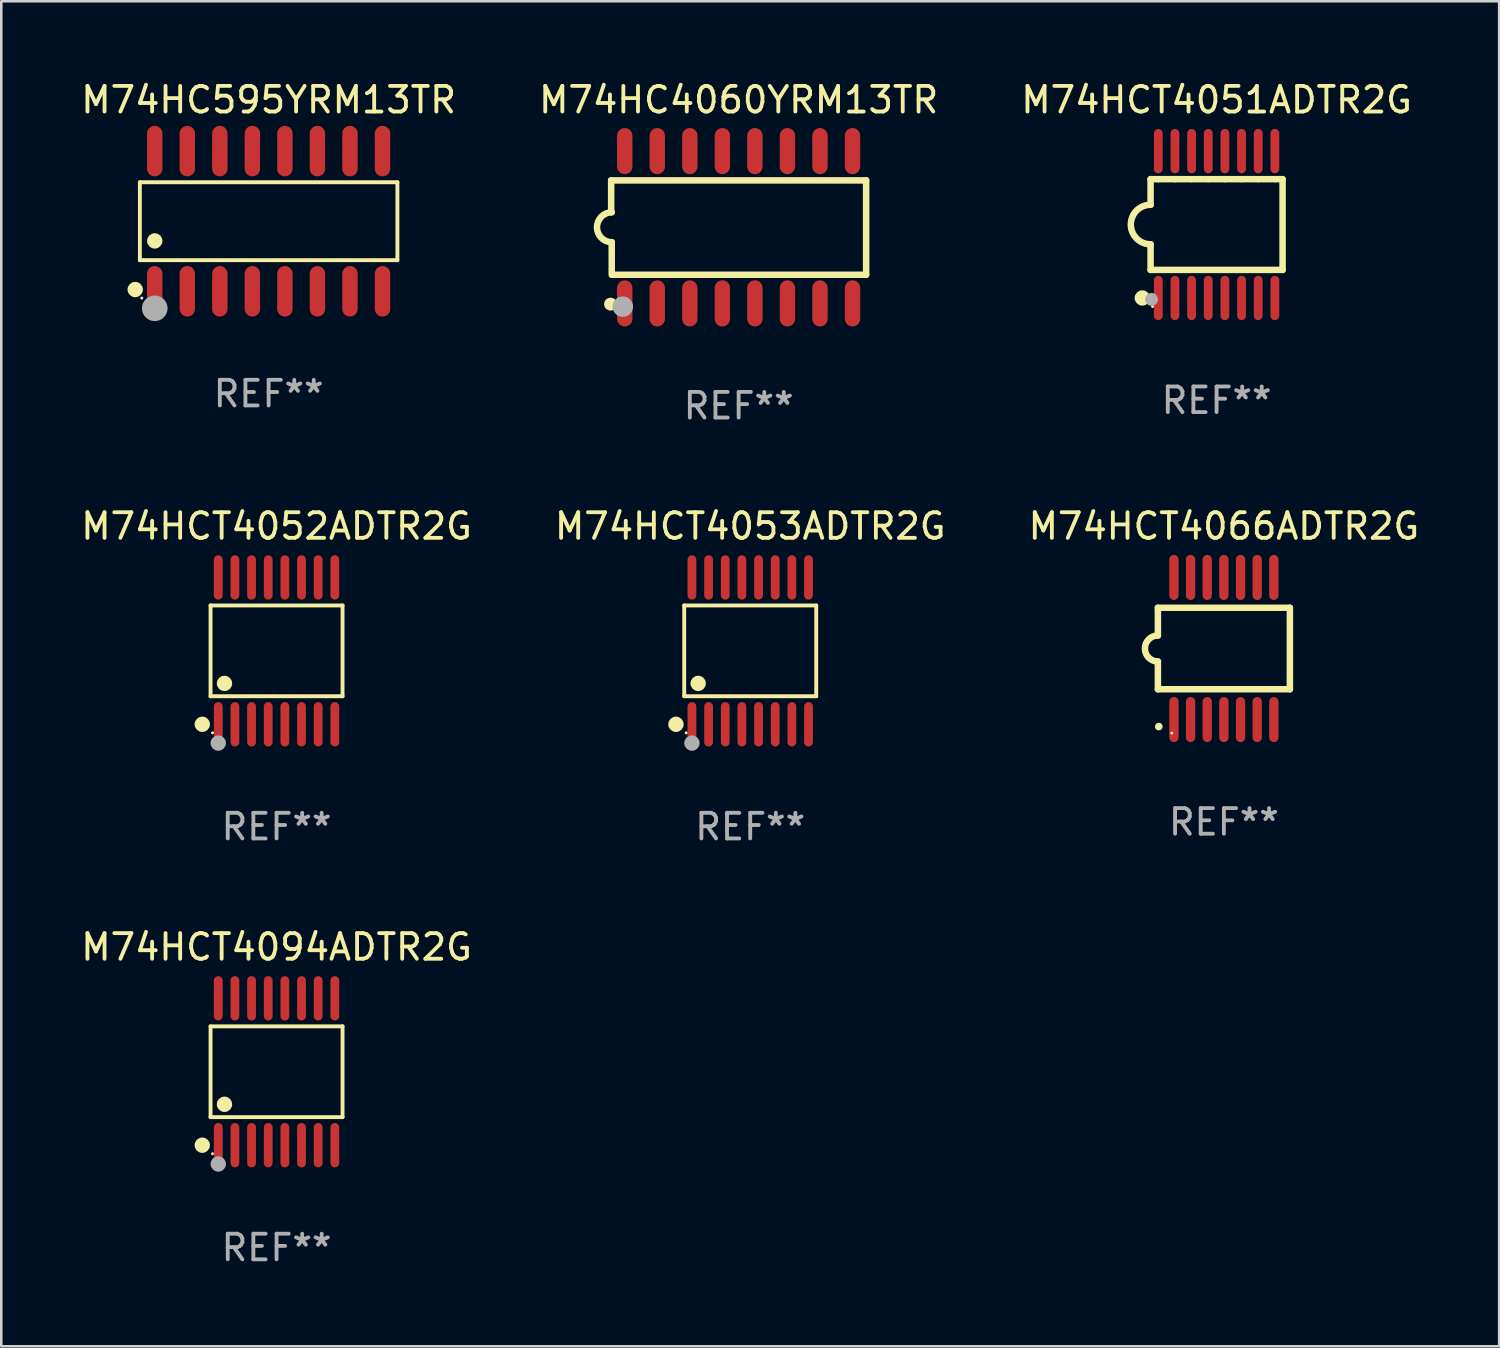
<source format=kicad_pcb>
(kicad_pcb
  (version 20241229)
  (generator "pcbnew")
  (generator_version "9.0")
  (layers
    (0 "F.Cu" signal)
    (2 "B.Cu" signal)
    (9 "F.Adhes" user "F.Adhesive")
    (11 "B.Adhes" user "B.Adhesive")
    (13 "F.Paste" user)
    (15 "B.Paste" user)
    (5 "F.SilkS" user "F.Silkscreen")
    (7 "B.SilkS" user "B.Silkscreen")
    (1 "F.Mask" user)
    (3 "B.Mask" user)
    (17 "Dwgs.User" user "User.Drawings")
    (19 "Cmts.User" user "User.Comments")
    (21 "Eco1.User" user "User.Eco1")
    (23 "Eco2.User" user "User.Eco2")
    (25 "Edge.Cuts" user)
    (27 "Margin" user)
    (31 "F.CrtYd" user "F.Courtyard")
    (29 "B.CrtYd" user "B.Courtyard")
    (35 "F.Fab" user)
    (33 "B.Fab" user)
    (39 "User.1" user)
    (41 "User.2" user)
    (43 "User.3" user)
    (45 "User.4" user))
  (footprint "M74HCT4094ADTR2G"
    (layer "F.Cu")
    (at 7.744 38.782)
    (property "Reference" "M74HCT4094ADTR2G" (at 0 -4.866 0) (layer "F.SilkS") (effects (font (size 1 1) (thickness 0.15))))
    (attr through_hole)
    (fp_line (start -2.576 -1.772) (end 2.576 -1.772) (stroke (width 0.152) (type solid)) (layer "F.SilkS"))
    (fp_line (start -2.576 1.771) (end -2.576 -1.772) (stroke (width 0.152) (type solid)) (layer "F.SilkS"))
    (fp_line (start 2.576 -1.772) (end 2.576 1.771) (stroke (width 0.152) (type solid)) (layer "F.SilkS"))
    (fp_line (start 2.576 1.771) (end -2.576 1.771) (stroke (width 0.152) (type solid)) (layer "F.SilkS"))
    (fp_circle (center -2.899 2.866) (end -2.749 2.866) (stroke (width 0.3) (type solid)) (fill no) (layer "F.SilkS"))
    (fp_circle (center -2.5 3.2) (end -2.47 3.2) (stroke (width 0.06) (type solid)) (fill no) (layer "F.SilkS"))
    (fp_circle (center -2.032 1.27) (end -1.882 1.27) (stroke (width 0.3) (type solid)) (fill no) (layer "F.SilkS"))
    (fp_circle (center -2.275 3.6) (end -2.125 3.6) (stroke (width 0.3) (type solid)) (fill no) (layer "F.Fab"))
    (fp_text user "REF**" (at 0 6.866 0) (layer "F.Fab") (effects (font (size 1 1) (thickness 0.15))))
    (pad "1" smd oval (at -2.275 2.866) (size 0.343 1.731) (layers "F.Cu" "F.Mask" "F.Paste"))
    (pad "2" smd oval (at -1.625 2.866) (size 0.343 1.731) (layers "F.Cu" "F.Mask" "F.Paste"))
    (pad "3" smd oval (at -0.975 2.866) (size 0.343 1.731) (layers "F.Cu" "F.Mask" "F.Paste"))
    (pad "4" smd oval (at -0.325 2.866) (size 0.343 1.731) (layers "F.Cu" "F.Mask" "F.Paste"))
    (pad "5" smd oval (at 0.325 2.866) (size 0.343 1.731) (layers "F.Cu" "F.Mask" "F.Paste"))
    (pad "6" smd oval (at 0.975 2.866) (size 0.343 1.731) (layers "F.Cu" "F.Mask" "F.Paste"))
    (pad "7" smd oval (at 1.625 2.866) (size 0.343 1.731) (layers "F.Cu" "F.Mask" "F.Paste"))
    (pad "8" smd oval (at 2.275 2.866) (size 0.343 1.731) (layers "F.Cu" "F.Mask" "F.Paste"))
    (pad "9" smd oval (at 2.275 -2.866) (size 0.343 1.731) (layers "F.Cu" "F.Mask" "F.Paste"))
    (pad "10" smd oval (at 1.625 -2.866) (size 0.343 1.731) (layers "F.Cu" "F.Mask" "F.Paste"))
    (pad "11" smd oval (at 0.975 -2.866) (size 0.343 1.731) (layers "F.Cu" "F.Mask" "F.Paste"))
    (pad "12" smd oval (at 0.325 -2.866) (size 0.343 1.731) (layers "F.Cu" "F.Mask" "F.Paste"))
    (pad "13" smd oval (at -0.325 -2.866) (size 0.343 1.731) (layers "F.Cu" "F.Mask" "F.Paste"))
    (pad "14" smd oval (at -0.975 -2.866) (size 0.343 1.731) (layers "F.Cu" "F.Mask" "F.Paste"))
    (pad "15" smd oval (at -1.625 -2.866) (size 0.343 1.731) (layers "F.Cu" "F.Mask" "F.Paste"))
    (pad "16" smd oval (at -2.275 -2.866) (size 0.343 1.731) (layers "F.Cu" "F.Mask" "F.Paste")))
  (footprint "M74HCT4053ADTR2G"
    (layer "F.Cu")
    (at 26.232 22.354)
    (property "Reference" "M74HCT4053ADTR2G" (at 0 -4.866 0) (layer "F.SilkS") (effects (font (size 1 1) (thickness 0.15))))
    (attr through_hole)
    (fp_line (start -2.576 -1.772) (end 2.576 -1.772) (stroke (width 0.152) (type solid)) (layer "F.SilkS"))
    (fp_line (start -2.576 1.771) (end -2.576 -1.772) (stroke (width 0.152) (type solid)) (layer "F.SilkS"))
    (fp_line (start 2.576 -1.772) (end 2.576 1.771) (stroke (width 0.152) (type solid)) (layer "F.SilkS"))
    (fp_line (start 2.576 1.771) (end -2.576 1.771) (stroke (width 0.152) (type solid)) (layer "F.SilkS"))
    (fp_circle (center -2.899 2.866) (end -2.749 2.866) (stroke (width 0.3) (type solid)) (fill no) (layer "F.SilkS"))
    (fp_circle (center -2.5 3.2) (end -2.47 3.2) (stroke (width 0.06) (type solid)) (fill no) (layer "F.SilkS"))
    (fp_circle (center -2.032 1.27) (end -1.882 1.27) (stroke (width 0.3) (type solid)) (fill no) (layer "F.SilkS"))
    (fp_circle (center -2.275 3.6) (end -2.125 3.6) (stroke (width 0.3) (type solid)) (fill no) (layer "F.Fab"))
    (fp_text user "REF**" (at 0 6.866 0) (layer "F.Fab") (effects (font (size 1 1) (thickness 0.15))))
    (pad "1" smd oval (at -2.275 2.866) (size 0.343 1.731) (layers "F.Cu" "F.Mask" "F.Paste"))
    (pad "2" smd oval (at -1.625 2.866) (size 0.343 1.731) (layers "F.Cu" "F.Mask" "F.Paste"))
    (pad "3" smd oval (at -0.975 2.866) (size 0.343 1.731) (layers "F.Cu" "F.Mask" "F.Paste"))
    (pad "4" smd oval (at -0.325 2.866) (size 0.343 1.731) (layers "F.Cu" "F.Mask" "F.Paste"))
    (pad "5" smd oval (at 0.325 2.866) (size 0.343 1.731) (layers "F.Cu" "F.Mask" "F.Paste"))
    (pad "6" smd oval (at 0.975 2.866) (size 0.343 1.731) (layers "F.Cu" "F.Mask" "F.Paste"))
    (pad "7" smd oval (at 1.625 2.866) (size 0.343 1.731) (layers "F.Cu" "F.Mask" "F.Paste"))
    (pad "8" smd oval (at 2.275 2.866) (size 0.343 1.731) (layers "F.Cu" "F.Mask" "F.Paste"))
    (pad "9" smd oval (at 2.275 -2.866) (size 0.343 1.731) (layers "F.Cu" "F.Mask" "F.Paste"))
    (pad "10" smd oval (at 1.625 -2.866) (size 0.343 1.731) (layers "F.Cu" "F.Mask" "F.Paste"))
    (pad "11" smd oval (at 0.975 -2.866) (size 0.343 1.731) (layers "F.Cu" "F.Mask" "F.Paste"))
    (pad "12" smd oval (at 0.325 -2.866) (size 0.343 1.731) (layers "F.Cu" "F.Mask" "F.Paste"))
    (pad "13" smd oval (at -0.325 -2.866) (size 0.343 1.731) (layers "F.Cu" "F.Mask" "F.Paste"))
    (pad "14" smd oval (at -0.975 -2.866) (size 0.343 1.731) (layers "F.Cu" "F.Mask" "F.Paste"))
    (pad "15" smd oval (at -1.625 -2.866) (size 0.343 1.731) (layers "F.Cu" "F.Mask" "F.Paste"))
    (pad "16" smd oval (at -2.275 -2.866) (size 0.343 1.731) (layers "F.Cu" "F.Mask" "F.Paste")))
  (footprint "M74HCT4066ADTR2G"
    (layer "F.Cu")
    (at 44.72 22.262)
    (property "Reference" "M74HCT4066ADTR2G" (at 0 -4.774 0) (layer "F.SilkS") (effects (font (size 1 1) (thickness 0.15))))
    (attr through_hole)
    (fp_line (start -2.576 -1.59) (end -2.576 -0.508) (stroke (width 0.254) (type solid)) (layer "F.SilkS"))
    (fp_line (start -2.576 -1.59) (end 2.576 -1.59) (stroke (width 0.254) (type solid)) (layer "F.SilkS"))
    (fp_line (start -2.576 1.59) (end -2.576 0.508) (stroke (width 0.254) (type solid)) (layer "F.SilkS"))
    (fp_line (start 2.576 -1.59) (end 2.576 1.59) (stroke (width 0.254) (type solid)) (layer "F.SilkS"))
    (fp_line (start 2.576 1.59) (end -2.576 1.59) (stroke (width 0.254) (type solid)) (layer "F.SilkS"))
    (fp_arc (start -2.576099 0.506706) (mid -3.081511 0) (end -2.576098 -0.506706) (stroke (width 0.254001) (type solid)) (layer "F.SilkS"))
    (fp_circle (center -2.54 3.048) (end -2.465 3.048) (stroke (width 0.15) (type solid)) (fill no) (layer "F.SilkS"))
    (fp_circle (center -2.032 3.302) (end -2.002 3.302) (stroke (width 0.06) (type solid)) (fill no) (layer "F.SilkS"))
    (fp_text user "REF**" (at 0 6.774 0) (layer "F.Fab") (effects (font (size 1 1) (thickness 0.15))))
    (pad "1" smd oval (at -1.95 2.774) (size 0.364 1.758) (layers "F.Cu" "F.Mask" "F.Paste"))
    (pad "2" smd oval (at -1.3 2.774) (size 0.364 1.758) (layers "F.Cu" "F.Mask" "F.Paste"))
    (pad "3" smd oval (at -0.65 2.774) (size 0.364 1.758) (layers "F.Cu" "F.Mask" "F.Paste"))
    (pad "4" smd oval (at 0 2.774) (size 0.364 1.758) (layers "F.Cu" "F.Mask" "F.Paste"))
    (pad "5" smd oval (at 0.65 2.774) (size 0.364 1.758) (layers "F.Cu" "F.Mask" "F.Paste"))
    (pad "6" smd oval (at 1.3 2.774) (size 0.364 1.758) (layers "F.Cu" "F.Mask" "F.Paste"))
    (pad "7" smd oval (at 1.95 2.774) (size 0.364 1.758) (layers "F.Cu" "F.Mask" "F.Paste"))
    (pad "8" smd oval (at 1.95 -2.774) (size 0.364 1.758) (layers "F.Cu" "F.Mask" "F.Paste"))
    (pad "9" smd oval (at 1.3 -2.774) (size 0.364 1.758) (layers "F.Cu" "F.Mask" "F.Paste"))
    (pad "10" smd oval (at 0.65 -2.774) (size 0.364 1.758) (layers "F.Cu" "F.Mask" "F.Paste"))
    (pad "11" smd oval (at 0 -2.774) (size 0.364 1.758) (layers "F.Cu" "F.Mask" "F.Paste"))
    (pad "12" smd oval (at -0.65 -2.774) (size 0.364 1.758) (layers "F.Cu" "F.Mask" "F.Paste"))
    (pad "13" smd oval (at -1.3 -2.774) (size 0.364 1.758) (layers "F.Cu" "F.Mask" "F.Paste"))
    (pad "14" smd oval (at -1.95 -2.774) (size 0.364 1.758) (layers "F.Cu" "F.Mask" "F.Paste")))
  (footprint "M74HCT4052ADTR2G"
    (layer "F.Cu")
    (at 7.744 22.354)
    (property "Reference" "M74HCT4052ADTR2G" (at 0 -4.866 0) (layer "F.SilkS") (effects (font (size 1 1) (thickness 0.15))))
    (attr through_hole)
    (fp_line (start -2.576 -1.772) (end 2.576 -1.772) (stroke (width 0.152) (type solid)) (layer "F.SilkS"))
    (fp_line (start -2.576 1.771) (end -2.576 -1.772) (stroke (width 0.152) (type solid)) (layer "F.SilkS"))
    (fp_line (start 2.576 -1.772) (end 2.576 1.771) (stroke (width 0.152) (type solid)) (layer "F.SilkS"))
    (fp_line (start 2.576 1.771) (end -2.576 1.771) (stroke (width 0.152) (type solid)) (layer "F.SilkS"))
    (fp_circle (center -2.899 2.866) (end -2.749 2.866) (stroke (width 0.3) (type solid)) (fill no) (layer "F.SilkS"))
    (fp_circle (center -2.5 3.2) (end -2.47 3.2) (stroke (width 0.06) (type solid)) (fill no) (layer "F.SilkS"))
    (fp_circle (center -2.032 1.27) (end -1.882 1.27) (stroke (width 0.3) (type solid)) (fill no) (layer "F.SilkS"))
    (fp_circle (center -2.275 3.6) (end -2.125 3.6) (stroke (width 0.3) (type solid)) (fill no) (layer "F.Fab"))
    (fp_text user "REF**" (at 0 6.866 0) (layer "F.Fab") (effects (font (size 1 1) (thickness 0.15))))
    (pad "1" smd oval (at -2.275 2.866) (size 0.343 1.731) (layers "F.Cu" "F.Mask" "F.Paste"))
    (pad "2" smd oval (at -1.625 2.866) (size 0.343 1.731) (layers "F.Cu" "F.Mask" "F.Paste"))
    (pad "3" smd oval (at -0.975 2.866) (size 0.343 1.731) (layers "F.Cu" "F.Mask" "F.Paste"))
    (pad "4" smd oval (at -0.325 2.866) (size 0.343 1.731) (layers "F.Cu" "F.Mask" "F.Paste"))
    (pad "5" smd oval (at 0.325 2.866) (size 0.343 1.731) (layers "F.Cu" "F.Mask" "F.Paste"))
    (pad "6" smd oval (at 0.975 2.866) (size 0.343 1.731) (layers "F.Cu" "F.Mask" "F.Paste"))
    (pad "7" smd oval (at 1.625 2.866) (size 0.343 1.731) (layers "F.Cu" "F.Mask" "F.Paste"))
    (pad "8" smd oval (at 2.275 2.866) (size 0.343 1.731) (layers "F.Cu" "F.Mask" "F.Paste"))
    (pad "9" smd oval (at 2.275 -2.866) (size 0.343 1.731) (layers "F.Cu" "F.Mask" "F.Paste"))
    (pad "10" smd oval (at 1.625 -2.866) (size 0.343 1.731) (layers "F.Cu" "F.Mask" "F.Paste"))
    (pad "11" smd oval (at 0.975 -2.866) (size 0.343 1.731) (layers "F.Cu" "F.Mask" "F.Paste"))
    (pad "12" smd oval (at 0.325 -2.866) (size 0.343 1.731) (layers "F.Cu" "F.Mask" "F.Paste"))
    (pad "13" smd oval (at -0.325 -2.866) (size 0.343 1.731) (layers "F.Cu" "F.Mask" "F.Paste"))
    (pad "14" smd oval (at -0.975 -2.866) (size 0.343 1.731) (layers "F.Cu" "F.Mask" "F.Paste"))
    (pad "15" smd oval (at -1.625 -2.866) (size 0.343 1.731) (layers "F.Cu" "F.Mask" "F.Paste"))
    (pad "16" smd oval (at -2.275 -2.866) (size 0.343 1.731) (layers "F.Cu" "F.Mask" "F.Paste")))
  (footprint "M74HCT4051ADTR2G"
    (layer "F.Cu")
    (at 44.435 5.714)
    (property "Reference" "M74HCT4051ADTR2G" (at 0 -4.866 0) (layer "F.SilkS") (effects (font (size 1 1) (thickness 0.15))))
    (attr through_hole)
    (fp_line (start -2.576 -1.771) (end -2.576 -0.771) (stroke (width 0.254) (type solid)) (layer "F.SilkS"))
    (fp_line (start -2.576 -1.771) (end -2.289 -1.771) (stroke (width 0.254) (type solid)) (layer "F.SilkS"))
    (fp_line (start -2.576 1.771) (end -2.576 0.771) (stroke (width 0.254) (type solid)) (layer "F.SilkS"))
    (fp_line (start -2.261 -1.771) (end -1.639 -1.771) (stroke (width 0.254) (type solid)) (layer "F.SilkS"))
    (fp_line (start -1.612 -1.771) (end -0.989 -1.771) (stroke (width 0.254) (type solid)) (layer "F.SilkS"))
    (fp_line (start -0.962 -1.771) (end -0.338 -1.771) (stroke (width 0.254) (type solid)) (layer "F.SilkS"))
    (fp_line (start -0.311 -1.771) (end 0.312 -1.771) (stroke (width 0.254) (type solid)) (layer "F.SilkS"))
    (fp_line (start 0.339 -1.771) (end 0.962 -1.771) (stroke (width 0.254) (type solid)) (layer "F.SilkS"))
    (fp_line (start 0.989 -1.771) (end 1.612 -1.771) (stroke (width 0.254) (type solid)) (layer "F.SilkS"))
    (fp_line (start 1.639 -1.771) (end 2.261 -1.771) (stroke (width 0.254) (type solid)) (layer "F.SilkS"))
    (fp_line (start 2.289 -1.771) (end 2.576 -1.771) (stroke (width 0.254) (type solid)) (layer "F.SilkS"))
    (fp_line (start 2.576 -1.771) (end 2.576 1.771) (stroke (width 0.254) (type solid)) (layer "F.SilkS"))
    (fp_line (start 2.576 1.771) (end -2.576 1.771) (stroke (width 0.254) (type solid)) (layer "F.SilkS"))
    (fp_arc (start -2.576226 0.7714) (mid -3.346889 -0.000648) (end -2.575311 -0.771781) (stroke (width 0.254001) (type solid)) (layer "F.SilkS"))
    (fp_circle (center -2.899 2.866) (end -2.749 2.866) (stroke (width 0.3) (type solid)) (fill no) (layer "F.SilkS"))
    (fp_circle (center -2.5 3.2) (end -2.47 3.2) (stroke (width 0.06) (type solid)) (fill no) (layer "F.SilkS"))
    (fp_circle (center -2.54 2.921) (end -2.413 2.921) (stroke (width 0.254) (type solid)) (fill no) (layer "F.Fab"))
    (fp_text user "REF**" (at 0 6.866 0) (layer "F.Fab") (effects (font (size 1 1) (thickness 0.15))))
    (pad "1" smd oval (at -2.275 2.866) (size 0.343 1.731) (layers "F.Cu" "F.Mask" "F.Paste"))
    (pad "2" smd oval (at -1.625 2.866) (size 0.343 1.731) (layers "F.Cu" "F.Mask" "F.Paste"))
    (pad "3" smd oval (at -0.975 2.866) (size 0.343 1.731) (layers "F.Cu" "F.Mask" "F.Paste"))
    (pad "4" smd oval (at -0.325 2.866) (size 0.343 1.731) (layers "F.Cu" "F.Mask" "F.Paste"))
    (pad "5" smd oval (at 0.325 2.866) (size 0.343 1.731) (layers "F.Cu" "F.Mask" "F.Paste"))
    (pad "6" smd oval (at 0.975 2.866) (size 0.343 1.731) (layers "F.Cu" "F.Mask" "F.Paste"))
    (pad "7" smd oval (at 1.625 2.866) (size 0.343 1.731) (layers "F.Cu" "F.Mask" "F.Paste"))
    (pad "8" smd oval (at 2.275 2.866) (size 0.343 1.731) (layers "F.Cu" "F.Mask" "F.Paste"))
    (pad "9" smd oval (at 2.275 -2.866) (size 0.343 1.731) (layers "F.Cu" "F.Mask" "F.Paste"))
    (pad "10" smd oval (at 1.625 -2.866) (size 0.343 1.731) (layers "F.Cu" "F.Mask" "F.Paste"))
    (pad "11" smd oval (at 0.975 -2.866) (size 0.343 1.731) (layers "F.Cu" "F.Mask" "F.Paste"))
    (pad "12" smd oval (at 0.325 -2.866) (size 0.343 1.731) (layers "F.Cu" "F.Mask" "F.Paste"))
    (pad "13" smd oval (at -0.325 -2.866) (size 0.343 1.731) (layers "F.Cu" "F.Mask" "F.Paste"))
    (pad "14" smd oval (at -0.975 -2.866) (size 0.343 1.731) (layers "F.Cu" "F.Mask" "F.Paste"))
    (pad "15" smd oval (at -1.625 -2.866) (size 0.343 1.731) (layers "F.Cu" "F.Mask" "F.Paste"))
    (pad "16" smd oval (at -2.275 -2.866) (size 0.343 1.731) (layers "F.Cu" "F.Mask" "F.Paste")))
  (footprint "M74HC4060YRM13TR"
    (layer "F.Cu")
    (at 25.78 5.82)
    (property "Reference" "M74HC4060YRM13TR" (at 0 -4.972 0) (layer "F.SilkS") (effects (font (size 1 1) (thickness 0.15))))
    (attr through_hole)
    (fp_line (start -4.976 -1.829) (end -4.976 -0.584) (stroke (width 0.254) (type solid)) (layer "F.SilkS"))
    (fp_line (start -4.953 0.584) (end -4.953 1.854) (stroke (width 0.254) (type solid)) (layer "F.SilkS"))
    (fp_line (start -4.928 1.854) (end 4.976 1.854) (stroke (width 0.254) (type solid)) (layer "F.SilkS"))
    (fp_line (start 4.976 -1.829) (end -4.976 -1.829) (stroke (width 0.254) (type solid)) (layer "F.SilkS"))
    (fp_line (start 4.976 1.854) (end 4.976 -1.829) (stroke (width 0.254) (type solid)) (layer "F.SilkS"))
    (fp_arc (start -4.95301 0.584201) (mid -5.533866 -0.00152) (end -4.950088 -0.584329) (stroke (width 0.254001) (type solid)) (layer "F.SilkS"))
    (fp_circle (center -5 3) (end -4.873 3) (stroke (width 0.254) (type solid)) (fill no) (layer "F.SilkS"))
    (fp_circle (center -4.521 3.099) (end -4.321 3.099) (stroke (width 0.4) (type solid)) (fill no) (layer "F.Fab"))
    (fp_text user "REF**" (at 0 6.972 0) (layer "F.Fab") (effects (font (size 1 1) (thickness 0.15))))
    (pad "1" smd oval (at -4.445 2.972 180) (size 0.6 1.8) (layers "F.Cu" "F.Mask" "F.Paste"))
    (pad "2" smd oval (at -3.175 2.972 180) (size 0.6 1.8) (layers "F.Cu" "F.Mask" "F.Paste"))
    (pad "3" smd oval (at -1.905 2.972 180) (size 0.6 1.8) (layers "F.Cu" "F.Mask" "F.Paste"))
    (pad "4" smd oval (at -0.635 2.972 180) (size 0.6 1.8) (layers "F.Cu" "F.Mask" "F.Paste"))
    (pad "5" smd oval (at 0.635 2.972 180) (size 0.6 1.8) (layers "F.Cu" "F.Mask" "F.Paste"))
    (pad "6" smd oval (at 1.905 2.972 180) (size 0.6 1.8) (layers "F.Cu" "F.Mask" "F.Paste"))
    (pad "7" smd oval (at 3.175 2.972 180) (size 0.6 1.8) (layers "F.Cu" "F.Mask" "F.Paste"))
    (pad "8" smd oval (at 4.445 2.972 180) (size 0.6 1.8) (layers "F.Cu" "F.Mask" "F.Paste"))
    (pad "9" smd oval (at 4.445 -2.972 180) (size 0.6 1.8) (layers "F.Cu" "F.Mask" "F.Paste"))
    (pad "10" smd oval (at 3.175 -2.972 180) (size 0.6 1.8) (layers "F.Cu" "F.Mask" "F.Paste"))
    (pad "11" smd oval (at 1.905 -2.972 180) (size 0.6 1.8) (layers "F.Cu" "F.Mask" "F.Paste"))
    (pad "12" smd oval (at 0.635 -2.972 180) (size 0.6 1.8) (layers "F.Cu" "F.Mask" "F.Paste"))
    (pad "13" smd oval (at -0.635 -2.972 180) (size 0.6 1.8) (layers "F.Cu" "F.Mask" "F.Paste"))
    (pad "14" smd oval (at -1.905 -2.972 180) (size 0.6 1.8) (layers "F.Cu" "F.Mask" "F.Paste"))
    (pad "15" smd oval (at -3.175 -2.972 180) (size 0.6 1.8) (layers "F.Cu" "F.Mask" "F.Paste"))
    (pad "16" smd oval (at -4.445 -2.972 180) (size 0.6 1.8) (layers "F.Cu" "F.Mask" "F.Paste")))
  (footprint "M74HC595YRM13TR"
    (layer "F.Cu")
    (at 7.435 5.584)
    (property "Reference" "M74HC595YRM13TR" (at 0 -4.736 0) (layer "F.SilkS") (effects (font (size 1 1) (thickness 0.15))))
    (attr through_hole)
    (fp_line (start -5.026 -1.521) (end 5.026 -1.521) (stroke (width 0.152) (type solid)) (layer "F.SilkS"))
    (fp_line (start -5.026 1.521) (end -5.026 -1.521) (stroke (width 0.152) (type solid)) (layer "F.SilkS"))
    (fp_line (start 5.026 -1.521) (end 5.026 1.521) (stroke (width 0.152) (type solid)) (layer "F.SilkS"))
    (fp_line (start 5.026 1.521) (end -5.026 1.521) (stroke (width 0.152) (type solid)) (layer "F.SilkS"))
    (fp_circle (center -5.207 2.667) (end -5.057 2.667) (stroke (width 0.3) (type solid)) (fill no) (layer "F.SilkS"))
    (fp_circle (center -4.95 3) (end -4.92 3) (stroke (width 0.06) (type solid)) (fill no) (layer "F.SilkS"))
    (fp_circle (center -4.445 0.769) (end -4.295 0.769) (stroke (width 0.3) (type solid)) (fill no) (layer "F.SilkS"))
    (fp_circle (center -4.445 3.4) (end -4.195 3.4) (stroke (width 0.5) (type solid)) (fill no) (layer "F.Fab"))
    (fp_text user "REF**" (at 0 6.736 0) (layer "F.Fab") (effects (font (size 1 1) (thickness 0.15))))
    (pad "1" smd oval (at -4.445 2.736) (size 0.602 1.971) (layers "F.Cu" "F.Mask" "F.Paste"))
    (pad "2" smd oval (at -3.175 2.736) (size 0.602 1.971) (layers "F.Cu" "F.Mask" "F.Paste"))
    (pad "3" smd oval (at -1.905 2.736) (size 0.602 1.971) (layers "F.Cu" "F.Mask" "F.Paste"))
    (pad "4" smd oval (at -0.635 2.736) (size 0.602 1.971) (layers "F.Cu" "F.Mask" "F.Paste"))
    (pad "5" smd oval (at 0.635 2.736) (size 0.602 1.971) (layers "F.Cu" "F.Mask" "F.Paste"))
    (pad "6" smd oval (at 1.905 2.736) (size 0.602 1.971) (layers "F.Cu" "F.Mask" "F.Paste"))
    (pad "7" smd oval (at 3.175 2.736) (size 0.602 1.971) (layers "F.Cu" "F.Mask" "F.Paste"))
    (pad "8" smd oval (at 4.445 2.736) (size 0.602 1.971) (layers "F.Cu" "F.Mask" "F.Paste"))
    (pad "9" smd oval (at 4.445 -2.736) (size 0.602 1.971) (layers "F.Cu" "F.Mask" "F.Paste"))
    (pad "10" smd oval (at 3.175 -2.736) (size 0.602 1.971) (layers "F.Cu" "F.Mask" "F.Paste"))
    (pad "11" smd oval (at 1.905 -2.736) (size 0.602 1.971) (layers "F.Cu" "F.Mask" "F.Paste"))
    (pad "12" smd oval (at 0.635 -2.736) (size 0.602 1.971) (layers "F.Cu" "F.Mask" "F.Paste"))
    (pad "13" smd oval (at -0.635 -2.736) (size 0.602 1.971) (layers "F.Cu" "F.Mask" "F.Paste"))
    (pad "14" smd oval (at -1.905 -2.736) (size 0.602 1.971) (layers "F.Cu" "F.Mask" "F.Paste"))
    (pad "15" smd oval (at -3.175 -2.736) (size 0.602 1.971) (layers "F.Cu" "F.Mask" "F.Paste"))
    (pad "16" smd oval (at -4.445 -2.736) (size 0.602 1.971) (layers "F.Cu" "F.Mask" "F.Paste")))
  (gr_rect
    (start -3 -3)
    (end 55.464 49.496)
    (stroke (width 0.1) (type default))
    (fill no)
    (layer "Edge.Cuts")))
</source>
